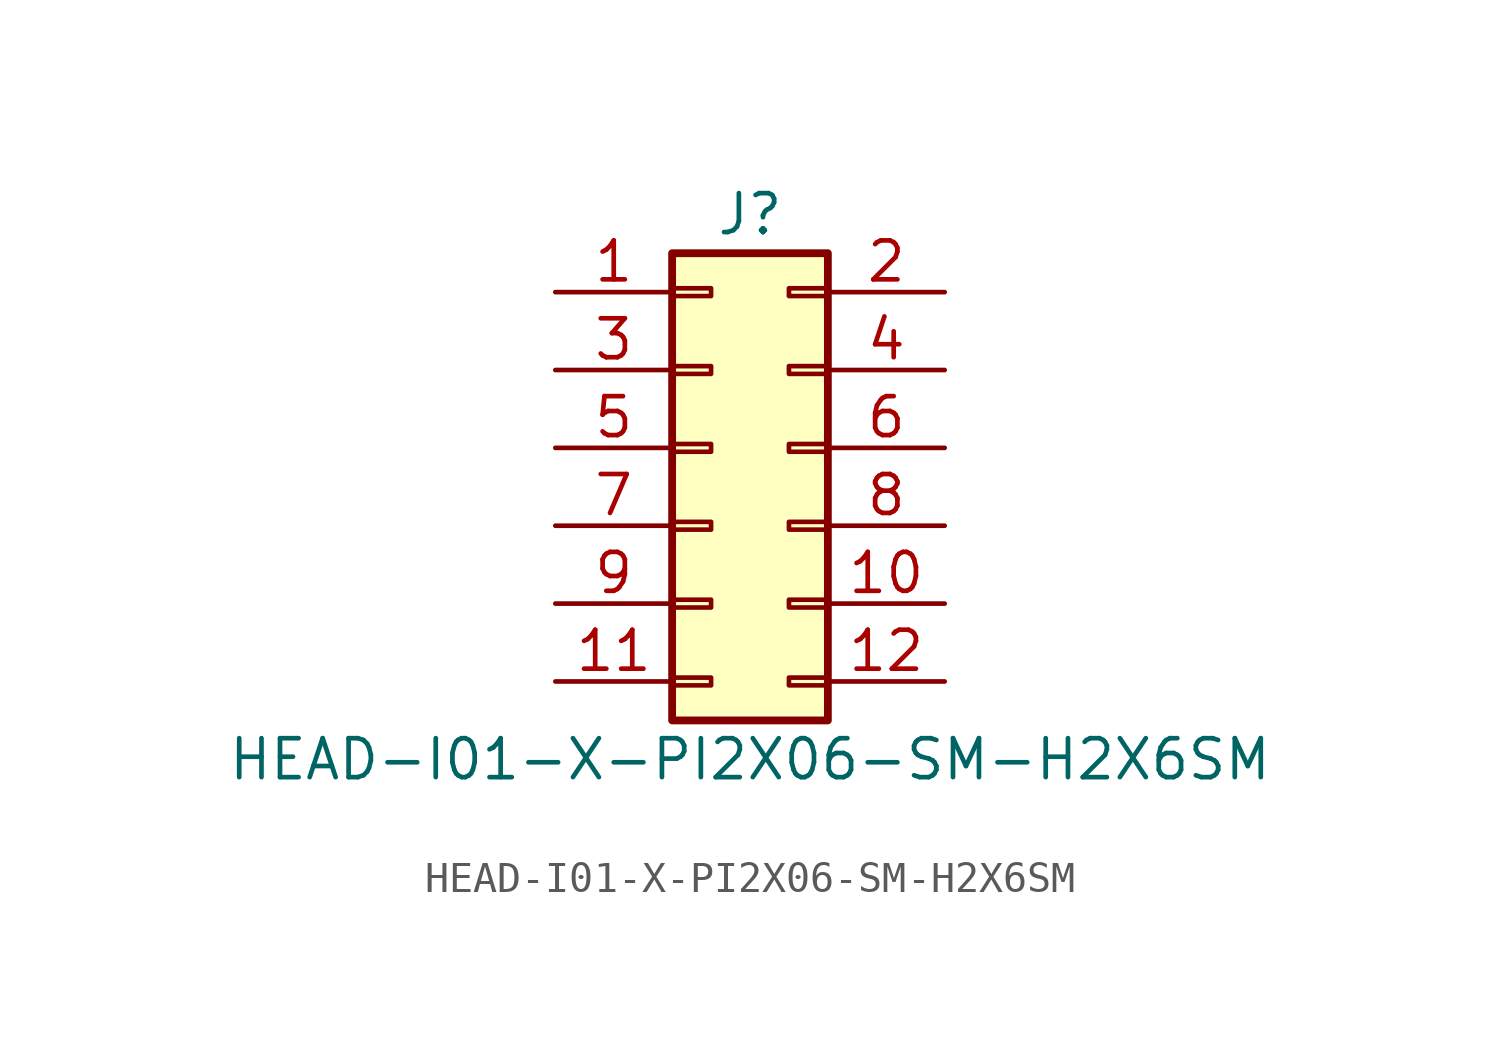
<source format=kicad_sym>
(kicad_symbol_lib
  (version 20211014)
  (generator kicad_symbol_editor)
  (symbol "HEAD-I01-X-PI2X06-SM-H2X6SM"
    (pin_names
      (offset 1.016) hide)
    (property "Reference" "J"
      (at 1.27 7.62 0)
      (effects (font (size 1.27 1.27))))
    (property "Value" "HEAD-I01-X-PI2X06-SM-H2X6SM"
      (at 1.27 -10.16 0)
      (effects (font (size 1.27 1.27))))
    (symbol "HEAD-I01-X-PI2X06-SM-H2X6SM_1_1"
      (rectangle (start -1.27 -7.493) (end 0 -7.747) (stroke (width 0.152) (type default) (color 0 0 0 0)) (fill (type none)))
      (rectangle (start -1.27 -4.953) (end 0 -5.207) (stroke (width 0.152) (type default) (color 0 0 0 0)) (fill (type none)))
      (rectangle (start -1.27 -2.413) (end 0 -2.667) (stroke (width 0.152) (type default) (color 0 0 0 0)) (fill (type none)))
      (rectangle (start -1.27 0.127) (end 0 -0.127) (stroke (width 0.152) (type default) (color 0 0 0 0)) (fill (type none)))
      (rectangle (start -1.27 2.667) (end 0 2.413) (stroke (width 0.152) (type default) (color 0 0 0 0)) (fill (type none)))
      (rectangle (start -1.27 5.207) (end 0 4.953) (stroke (width 0.152) (type default) (color 0 0 0 0)) (fill (type none)))
      (rectangle (start -1.27 6.35) (end 3.81 -8.89) (stroke (width 0.254) (type default) (color 0 0 0 0)) (fill (type background)))
      (rectangle (start 3.81 -7.493) (end 2.54 -7.747) (stroke (width 0.152) (type default) (color 0 0 0 0)) (fill (type none)))
      (rectangle (start 3.81 -4.953) (end 2.54 -5.207) (stroke (width 0.152) (type default) (color 0 0 0 0)) (fill (type none)))
      (rectangle (start 3.81 -2.413) (end 2.54 -2.667) (stroke (width 0.152) (type default) (color 0 0 0 0)) (fill (type none)))
      (rectangle (start 3.81 0.127) (end 2.54 -0.127) (stroke (width 0.152) (type default) (color 0 0 0 0)) (fill (type none)))
      (rectangle (start 3.81 2.667) (end 2.54 2.413) (stroke (width 0.152) (type default) (color 0 0 0 0)) (fill (type none)))
      (rectangle (start 3.81 5.207) (end 2.54 4.953) (stroke (width 0.152) (type default) (color 0 0 0 0)) (fill (type none)))
      (pin passive line (at -5.08 5.08 0) (length 3.81) (name "Pin_1" (effects (font (size 1.27 1.27)))) (number "1" (effects (font (size 1.27 1.27)))))
      (pin passive line (at 7.62 -5.08 180) (length 3.81) (name "Pin_10" (effects (font (size 1.27 1.27)))) (number "10" (effects (font (size 1.27 1.27)))))
      (pin passive line (at -5.08 -7.62 0) (length 3.81) (name "Pin_11" (effects (font (size 1.27 1.27)))) (number "11" (effects (font (size 1.27 1.27)))))
      (pin passive line (at 7.62 -7.62 180) (length 3.81) (name "Pin_12" (effects (font (size 1.27 1.27)))) (number "12" (effects (font (size 1.27 1.27)))))
      (pin passive line (at 7.62 5.08 180) (length 3.81) (name "Pin_2" (effects (font (size 1.27 1.27)))) (number "2" (effects (font (size 1.27 1.27)))))
      (pin passive line (at -5.08 2.54 0) (length 3.81) (name "Pin_3" (effects (font (size 1.27 1.27)))) (number "3" (effects (font (size 1.27 1.27)))))
      (pin passive line (at 7.62 2.54 180) (length 3.81) (name "Pin_4" (effects (font (size 1.27 1.27)))) (number "4" (effects (font (size 1.27 1.27)))))
      (pin passive line (at -5.08 0 0) (length 3.81) (name "Pin_5" (effects (font (size 1.27 1.27)))) (number "5" (effects (font (size 1.27 1.27)))))
      (pin passive line (at 7.62 0 180) (length 3.81) (name "Pin_6" (effects (font (size 1.27 1.27)))) (number "6" (effects (font (size 1.27 1.27)))))
      (pin passive line (at -5.08 -2.54 0) (length 3.81) (name "Pin_7" (effects (font (size 1.27 1.27)))) (number "7" (effects (font (size 1.27 1.27)))))
      (pin passive line (at 7.62 -2.54 180) (length 3.81) (name "Pin_8" (effects (font (size 1.27 1.27)))) (number "8" (effects (font (size 1.27 1.27)))))
      (pin passive line (at -5.08 -5.08 0) (length 3.81) (name "Pin_9" (effects (font (size 1.27 1.27)))) (number "9" (effects (font (size 1.27 1.27))))))))
</source>
